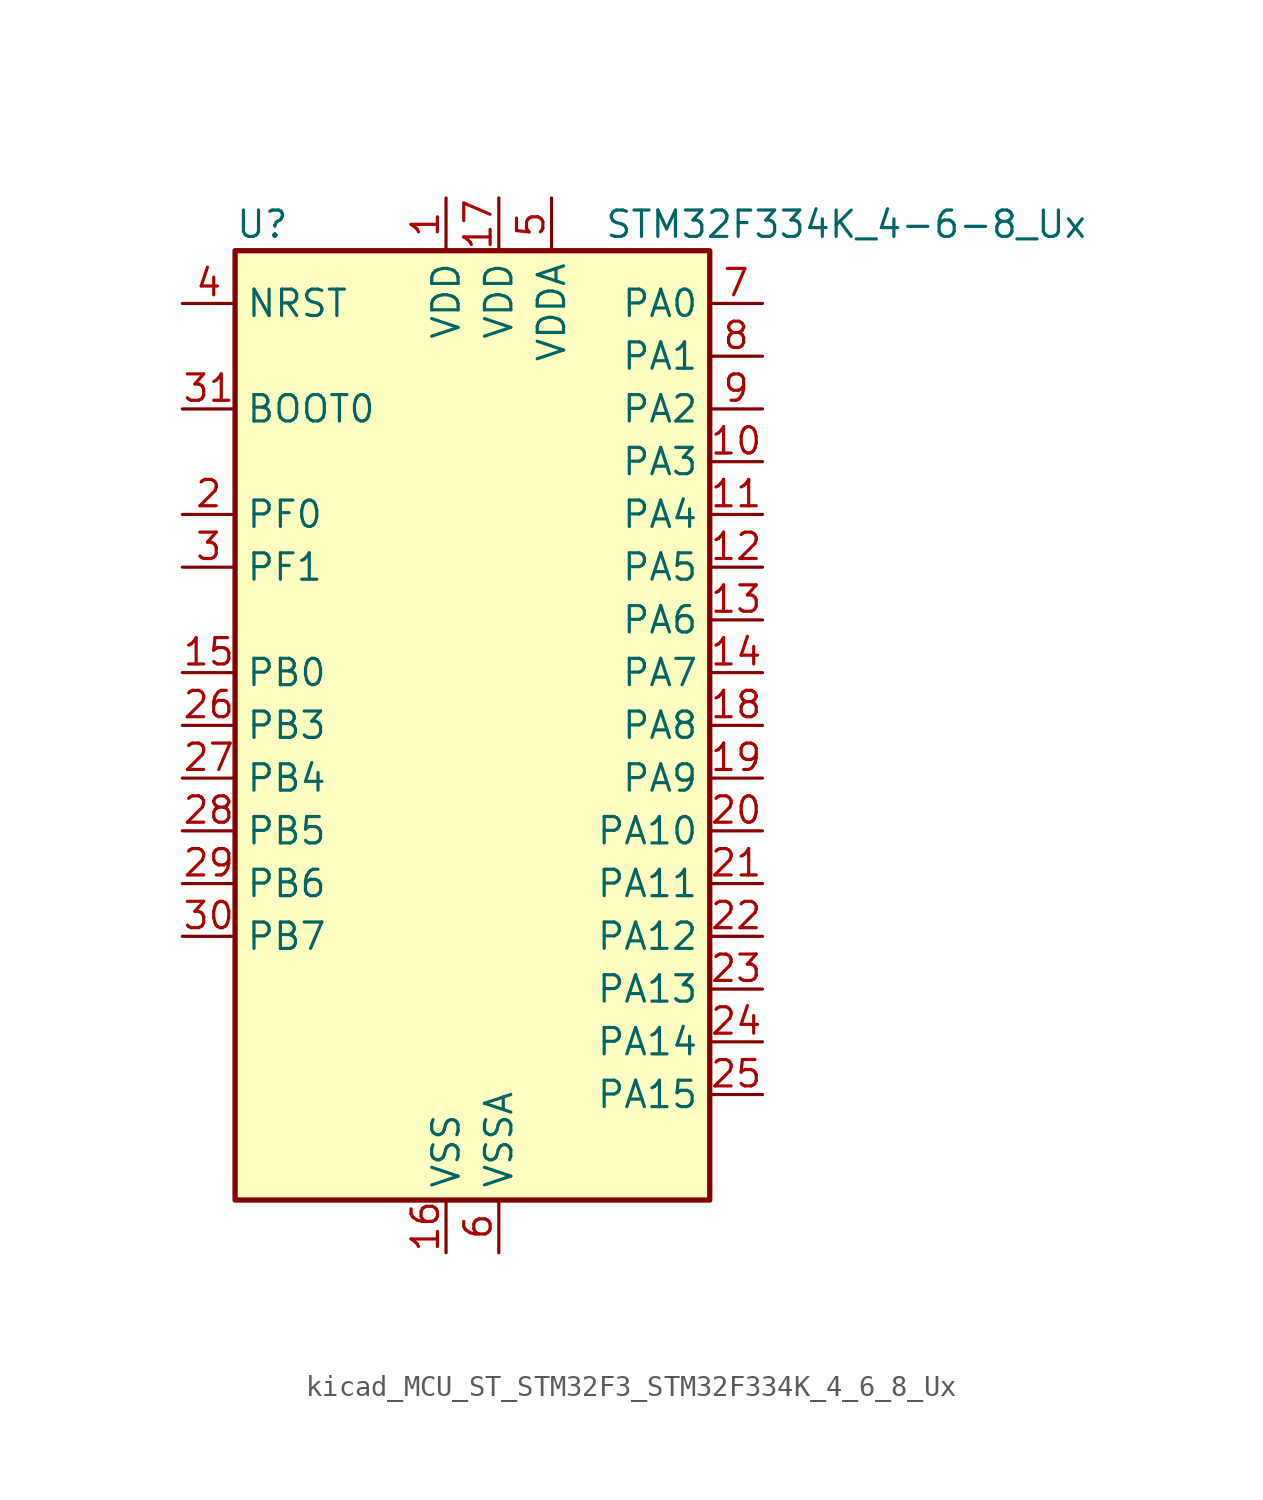
<source format=kicad_sym>
(kicad_symbol_lib
  (version 20220914)
  (generator kicad_symbol_editor)
  (symbol "kicad_MCU_ST_STM32F3_STM32F334K_4_6_8_Ux"
    (property "Reference" "U"
      (at -10.16 24.13 0)
      (effects (font (size 1.27 1.27)) (justify left)))
    (property "Value" "STM32F334K_4-6-8_Ux"
      (at 7.62 24.13 0)
      (effects (font (size 1.27 1.27)) (justify left)))
    (property "ki_locked" ""
      (at 0 0 0)
      (effects (font (size 1.27 1.27))))
    (symbol "kicad_MCU_ST_STM32F3_STM32F334K_4_6_8_Ux_0_1"
      (rectangle (start -10.16 -22.86) (end 12.7 22.86) (stroke (width 0.254) (type default)) (fill (type background))))
    (symbol "kicad_MCU_ST_STM32F3_STM32F334K_4_6_8_Ux_1_1"
      (pin power_in line (at 0 25.4 270) (length 2.54) (name "VDD" (effects (font (size 1.27 1.27)))) (number "1" (effects (font (size 1.27 1.27)))))
      (pin bidirectional line (at 15.24 12.7 180) (length 2.54) (name "PA3" (effects (font (size 1.27 1.27)))) (number "10" (effects (font (size 1.27 1.27)))) (alternate "ADC1_IN4" bidirectional line) (alternate "TIM15_CH2" bidirectional line) (alternate "TIM2_CH4" bidirectional line) (alternate "TSC_G1_IO4" bidirectional line) (alternate "USART2_RX" bidirectional line))
      (pin bidirectional line (at 15.24 10.16 180) (length 2.54) (name "PA4" (effects (font (size 1.27 1.27)))) (number "11" (effects (font (size 1.27 1.27)))) (alternate "ADC2_IN1" bidirectional line) (alternate "COMP2_INM" bidirectional line) (alternate "COMP4_INM" bidirectional line) (alternate "DAC1_OUT1" bidirectional line) (alternate "SPI1_NSS" bidirectional line) (alternate "TIM3_CH2" bidirectional line) (alternate "TSC_G2_IO1" bidirectional line) (alternate "USART2_CK" bidirectional line))
      (pin bidirectional line (at 15.24 7.62 180) (length 2.54) (name "PA5" (effects (font (size 1.27 1.27)))) (number "12" (effects (font (size 1.27 1.27)))) (alternate "ADC2_IN2" bidirectional line) (alternate "DAC1_OUT2" bidirectional line) (alternate "OPAMP2_VINM" bidirectional line) (alternate "OPAMP2_VINM_SEC" bidirectional line) (alternate "SPI1_SCK" bidirectional line) (alternate "TIM2_CH1" bidirectional line) (alternate "TIM2_ETR" bidirectional line) (alternate "TSC_G2_IO2" bidirectional line))
      (pin bidirectional line (at 15.24 5.08 180) (length 2.54) (name "PA6" (effects (font (size 1.27 1.27)))) (number "13" (effects (font (size 1.27 1.27)))) (alternate "ADC2_IN3" bidirectional line) (alternate "DAC2_OUT1" bidirectional line) (alternate "OPAMP2_DIG" bidirectional line) (alternate "OPAMP2_VOUT" bidirectional line) (alternate "SPI1_MISO" bidirectional line) (alternate "TIM16_CH1" bidirectional line) (alternate "TIM1_BKIN" bidirectional line) (alternate "TIM3_CH1" bidirectional line) (alternate "TSC_G2_IO3" bidirectional line))
      (pin bidirectional line (at 15.24 2.54 180) (length 2.54) (name "PA7" (effects (font (size 1.27 1.27)))) (number "14" (effects (font (size 1.27 1.27)))) (alternate "ADC2_IN4" bidirectional line) (alternate "COMP2_INP" bidirectional line) (alternate "OPAMP2_VINP" bidirectional line) (alternate "OPAMP2_VINP_SEC" bidirectional line) (alternate "SPI1_MOSI" bidirectional line) (alternate "TIM17_CH1" bidirectional line) (alternate "TIM1_CH1N" bidirectional line) (alternate "TIM3_CH2" bidirectional line) (alternate "TSC_G2_IO4" bidirectional line))
      (pin bidirectional line (at -12.7 2.54 0) (length 2.54) (name "PB0" (effects (font (size 1.27 1.27)))) (number "15" (effects (font (size 1.27 1.27)))) (alternate "ADC1_IN11" bidirectional line) (alternate "COMP4_INP" bidirectional line) (alternate "OPAMP2_VINP" bidirectional line) (alternate "OPAMP2_VINP_SEC" bidirectional line) (alternate "TIM1_CH2N" bidirectional line) (alternate "TIM3_CH3" bidirectional line) (alternate "TSC_G3_IO2" bidirectional line))
      (pin power_in line (at 0 -25.4 90) (length 2.54) (name "VSS" (effects (font (size 1.27 1.27)))) (number "16" (effects (font (size 1.27 1.27)))))
      (pin power_in line (at 2.54 25.4 270) (length 2.54) (name "VDD" (effects (font (size 1.27 1.27)))) (number "17" (effects (font (size 1.27 1.27)))))
      (pin bidirectional line (at 15.24 0 180) (length 2.54) (name "PA8" (effects (font (size 1.27 1.27)))) (number "18" (effects (font (size 1.27 1.27)))) (alternate "HRTIM1_CHA1" bidirectional line) (alternate "RCC_MCO" bidirectional line) (alternate "TIM1_CH1" bidirectional line) (alternate "USART1_CK" bidirectional line))
      (pin bidirectional line (at 15.24 -2.54 180) (length 2.54) (name "PA9" (effects (font (size 1.27 1.27)))) (number "19" (effects (font (size 1.27 1.27)))) (alternate "DAC1_EXTI9" bidirectional line) (alternate "DAC2_EXTI9" bidirectional line) (alternate "HRTIM1_CHA2" bidirectional line) (alternate "TIM15_BKIN" bidirectional line) (alternate "TIM1_CH2" bidirectional line) (alternate "TIM2_CH3" bidirectional line) (alternate "TSC_G4_IO1" bidirectional line) (alternate "USART1_TX" bidirectional line))
      (pin bidirectional line (at -12.7 10.16 0) (length 2.54) (name "PF0" (effects (font (size 1.27 1.27)))) (number "2" (effects (font (size 1.27 1.27)))) (alternate "RCC_OSC_IN" bidirectional line) (alternate "TIM1_CH3N" bidirectional line))
      (pin bidirectional line (at 15.24 -5.08 180) (length 2.54) (name "PA10" (effects (font (size 1.27 1.27)))) (number "20" (effects (font (size 1.27 1.27)))) (alternate "HRTIM1_CHB1" bidirectional line) (alternate "TIM17_BKIN" bidirectional line) (alternate "TIM1_CH3" bidirectional line) (alternate "TIM2_CH4" bidirectional line) (alternate "TSC_G4_IO2" bidirectional line) (alternate "USART1_RX" bidirectional line))
      (pin bidirectional line (at 15.24 -7.62 180) (length 2.54) (name "PA11" (effects (font (size 1.27 1.27)))) (number "21" (effects (font (size 1.27 1.27)))) (alternate "ADC1_EXTI11" bidirectional line) (alternate "ADC2_EXTI11" bidirectional line) (alternate "CAN_RX" bidirectional line) (alternate "HRTIM1_CHB2" bidirectional line) (alternate "TIM1_BKIN2" bidirectional line) (alternate "TIM1_CH1N" bidirectional line) (alternate "TIM1_CH4" bidirectional line) (alternate "USART1_CTS" bidirectional line))
      (pin bidirectional line (at 15.24 -10.16 180) (length 2.54) (name "PA12" (effects (font (size 1.27 1.27)))) (number "22" (effects (font (size 1.27 1.27)))) (alternate "CAN_TX" bidirectional line) (alternate "COMP2_OUT" bidirectional line) (alternate "HRTIM1_FLT1" bidirectional line) (alternate "TIM16_CH1" bidirectional line) (alternate "TIM1_CH2N" bidirectional line) (alternate "TIM1_ETR" bidirectional line) (alternate "USART1_DE" bidirectional line) (alternate "USART1_RTS" bidirectional line))
      (pin bidirectional line (at 15.24 -12.7 180) (length 2.54) (name "PA13" (effects (font (size 1.27 1.27)))) (number "23" (effects (font (size 1.27 1.27)))) (alternate "IR_OUT" bidirectional line) (alternate "SYS_JTMS-SWDIO" bidirectional line) (alternate "TIM16_CH1N" bidirectional line) (alternate "TSC_G4_IO3" bidirectional line))
      (pin bidirectional line (at 15.24 -15.24 180) (length 2.54) (name "PA14" (effects (font (size 1.27 1.27)))) (number "24" (effects (font (size 1.27 1.27)))) (alternate "I2C1_SDA" bidirectional line) (alternate "SYS_JTCK-SWCLK" bidirectional line) (alternate "TIM1_BKIN" bidirectional line) (alternate "TSC_G4_IO4" bidirectional line) (alternate "USART2_TX" bidirectional line))
      (pin bidirectional line (at 15.24 -17.78 180) (length 2.54) (name "PA15" (effects (font (size 1.27 1.27)))) (number "25" (effects (font (size 1.27 1.27)))) (alternate "ADC1_EXTI15" bidirectional line) (alternate "ADC2_EXTI15" bidirectional line) (alternate "HRTIM1_FLT2" bidirectional line) (alternate "I2C1_SCL" bidirectional line) (alternate "SPI1_NSS" bidirectional line) (alternate "SYS_JTDI" bidirectional line) (alternate "TIM1_BKIN" bidirectional line) (alternate "TIM2_CH1" bidirectional line) (alternate "TIM2_ETR" bidirectional line) (alternate "TSC_SYNC" bidirectional line) (alternate "USART2_RX" bidirectional line))
      (pin bidirectional line (at -12.7 0 0) (length 2.54) (name "PB3" (effects (font (size 1.27 1.27)))) (number "26" (effects (font (size 1.27 1.27)))) (alternate "HRTIM1_EEV9" bidirectional line) (alternate "HRTIM1_SCOUT" bidirectional line) (alternate "SPI1_SCK" bidirectional line) (alternate "SYS_JTDO-TRACESWO" bidirectional line) (alternate "TIM2_CH2" bidirectional line) (alternate "TIM3_ETR" bidirectional line) (alternate "TSC_G5_IO1" bidirectional line) (alternate "USART2_TX" bidirectional line))
      (pin bidirectional line (at -12.7 -2.54 0) (length 2.54) (name "PB4" (effects (font (size 1.27 1.27)))) (number "27" (effects (font (size 1.27 1.27)))) (alternate "HRTIM1_EEV7" bidirectional line) (alternate "SPI1_MISO" bidirectional line) (alternate "SYS_NJTRST" bidirectional line) (alternate "TIM16_CH1" bidirectional line) (alternate "TIM17_BKIN" bidirectional line) (alternate "TIM3_CH1" bidirectional line) (alternate "TSC_G5_IO2" bidirectional line) (alternate "USART2_RX" bidirectional line))
      (pin bidirectional line (at -12.7 -5.08 0) (length 2.54) (name "PB5" (effects (font (size 1.27 1.27)))) (number "28" (effects (font (size 1.27 1.27)))) (alternate "HRTIM1_EEV6" bidirectional line) (alternate "I2C1_SMBA" bidirectional line) (alternate "SPI1_MOSI" bidirectional line) (alternate "TIM16_BKIN" bidirectional line) (alternate "TIM17_CH1" bidirectional line) (alternate "TIM3_CH2" bidirectional line) (alternate "USART2_CK" bidirectional line))
      (pin bidirectional line (at -12.7 -7.62 0) (length 2.54) (name "PB6" (effects (font (size 1.27 1.27)))) (number "29" (effects (font (size 1.27 1.27)))) (alternate "HRTIM1_EEV4" bidirectional line) (alternate "HRTIM1_SCIN" bidirectional line) (alternate "I2C1_SCL" bidirectional line) (alternate "TIM16_CH1N" bidirectional line) (alternate "TSC_G5_IO3" bidirectional line) (alternate "USART1_TX" bidirectional line))
      (pin bidirectional line (at -12.7 7.62 0) (length 2.54) (name "PF1" (effects (font (size 1.27 1.27)))) (number "3" (effects (font (size 1.27 1.27)))) (alternate "RCC_OSC_OUT" bidirectional line))
      (pin bidirectional line (at -12.7 -10.16 0) (length 2.54) (name "PB7" (effects (font (size 1.27 1.27)))) (number "30" (effects (font (size 1.27 1.27)))) (alternate "HRTIM1_EEV3" bidirectional line) (alternate "I2C1_SDA" bidirectional line) (alternate "TIM17_CH1N" bidirectional line) (alternate "TIM3_CH4" bidirectional line) (alternate "TSC_G5_IO4" bidirectional line) (alternate "USART1_RX" bidirectional line))
      (pin input line (at -12.7 15.24 0) (length 2.54) (name "BOOT0" (effects (font (size 1.27 1.27)))) (number "31" (effects (font (size 1.27 1.27)))))
      (pin passive line (at 0 -25.4 90) (length 2.54) hide (name "VSS" (effects (font (size 1.27 1.27)))) (number "32" (effects (font (size 1.27 1.27)))))
      (pin passive line (at 0 -25.4 90) (length 2.54) hide (name "VSS" (effects (font (size 1.27 1.27)))) (number "33" (effects (font (size 1.27 1.27)))))
      (pin input line (at -12.7 20.32 0) (length 2.54) (name "NRST" (effects (font (size 1.27 1.27)))) (number "4" (effects (font (size 1.27 1.27)))))
      (pin power_in line (at 5.08 25.4 270) (length 2.54) (name "VDDA" (effects (font (size 1.27 1.27)))) (number "5" (effects (font (size 1.27 1.27)))))
      (pin power_in line (at 2.54 -25.4 90) (length 2.54) (name "VSSA" (effects (font (size 1.27 1.27)))) (number "6" (effects (font (size 1.27 1.27)))))
      (pin bidirectional line (at 15.24 20.32 180) (length 2.54) (name "PA0" (effects (font (size 1.27 1.27)))) (number "7" (effects (font (size 1.27 1.27)))) (alternate "ADC1_IN1" bidirectional line) (alternate "RTC_TAMP2" bidirectional line) (alternate "SYS_WKUP1" bidirectional line) (alternate "TIM2_CH1" bidirectional line) (alternate "TIM2_ETR" bidirectional line) (alternate "TSC_G1_IO1" bidirectional line) (alternate "USART2_CTS" bidirectional line))
      (pin bidirectional line (at 15.24 17.78 180) (length 2.54) (name "PA1" (effects (font (size 1.27 1.27)))) (number "8" (effects (font (size 1.27 1.27)))) (alternate "ADC1_IN2" bidirectional line) (alternate "RTC_REFIN" bidirectional line) (alternate "TIM15_CH1N" bidirectional line) (alternate "TIM2_CH2" bidirectional line) (alternate "TSC_G1_IO2" bidirectional line) (alternate "USART2_DE" bidirectional line) (alternate "USART2_RTS" bidirectional line))
      (pin bidirectional line (at 15.24 15.24 180) (length 2.54) (name "PA2" (effects (font (size 1.27 1.27)))) (number "9" (effects (font (size 1.27 1.27)))) (alternate "ADC1_IN3" bidirectional line) (alternate "COMP2_INM" bidirectional line) (alternate "COMP2_OUT" bidirectional line) (alternate "TIM15_CH1" bidirectional line) (alternate "TIM2_CH3" bidirectional line) (alternate "TSC_G1_IO3" bidirectional line) (alternate "USART2_TX" bidirectional line)))))
</source>
